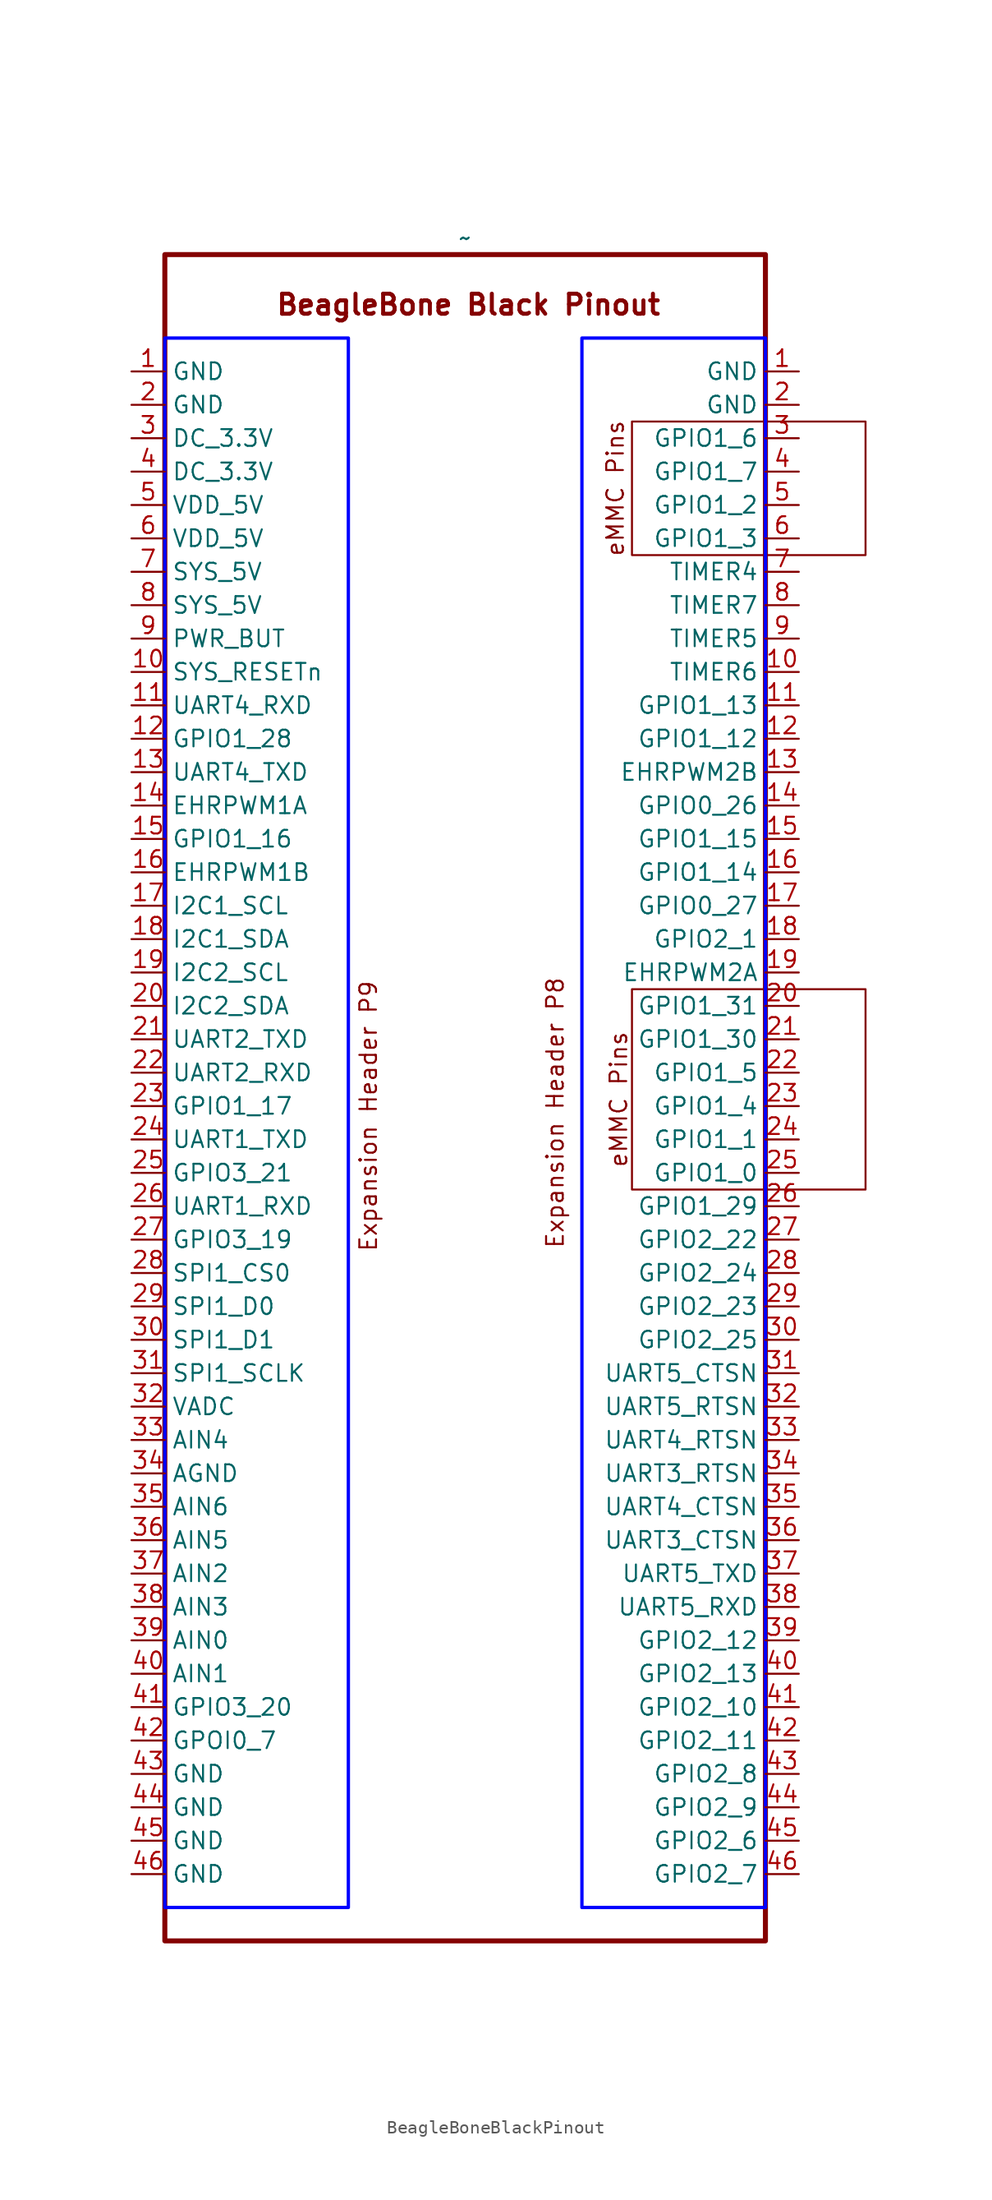
<source format=kicad_sym>
(kicad_symbol_lib
  (version 20231120)
  (generator "kicad_symbol_editor")
  (generator_version "8.0")
  (symbol "BeagleBoneBlackPinout"
    (property "Reference" "U1"
      (at 43.18 157.48 0)
      (effects (font (size 1.27 1.27)) (hide yes)))
    (property "Value" "~"
      (at 43.18 154.94 0)
      (effects (font (size 1.27 1.27))))
    (symbol "BeagleBoneBlackPinout_0_1"
      (rectangle (start 55.88 97.79) (end 73.66 82.55) (stroke (width 0) (type default)) (fill (type none)))
      (rectangle (start 55.88 140.97) (end 73.66 130.81) (stroke (width 0) (type default)) (fill (type none))))
    (symbol "BeagleBoneBlackPinout_1_0"
      (pin input line (at 68.58 144.78 180) (length 2.54) (name "GND" (effects (font (size 1.27 1.27)))) (number "1" (effects (font (size 1.27 1.27)))))
      (pin input line (at 17.78 121.92 0) (length 2.54) (name "SYS_RESETn" (effects (font (size 1.27 1.27)))) (number "10" (effects (font (size 1.27 1.27)))))
      (pin input line (at 68.58 121.92 180) (length 2.54) (name "TIMER6" (effects (font (size 1.27 1.27)))) (number "10" (effects (font (size 1.27 1.27)))))
      (pin input line (at 68.58 119.38 180) (length 2.54) (name "GPIO1_13" (effects (font (size 1.27 1.27)))) (number "11" (effects (font (size 1.27 1.27)))))
      (pin input line (at 17.78 119.38 0) (length 2.54) (name "UART4_RXD" (effects (font (size 1.27 1.27)))) (number "11" (effects (font (size 1.27 1.27)))))
      (pin input line (at 68.58 116.84 180) (length 2.54) (name "GPIO1_12" (effects (font (size 1.27 1.27)))) (number "12" (effects (font (size 1.27 1.27)))))
      (pin input line (at 17.78 116.84 0) (length 2.54) (name "GPIO1_28" (effects (font (size 1.27 1.27)))) (number "12" (effects (font (size 1.27 1.27)))))
      (pin input line (at 68.58 114.3 180) (length 2.54) (name "EHRPWM2B" (effects (font (size 1.27 1.27)))) (number "13" (effects (font (size 1.27 1.27)))))
      (pin input line (at 17.78 114.3 0) (length 2.54) (name "UART4_TXD" (effects (font (size 1.27 1.27)))) (number "13" (effects (font (size 1.27 1.27)))))
      (pin input line (at 17.78 111.76 0) (length 2.54) (name "EHRPWM1A" (effects (font (size 1.27 1.27)))) (number "14" (effects (font (size 1.27 1.27)))))
      (pin input line (at 68.58 111.76 180) (length 2.54) (name "GPIO0_26" (effects (font (size 1.27 1.27)))) (number "14" (effects (font (size 1.27 1.27)))))
      (pin input line (at 68.58 109.22 180) (length 2.54) (name "GPIO1_15" (effects (font (size 1.27 1.27)))) (number "15" (effects (font (size 1.27 1.27)))))
      (pin input line (at 17.78 109.22 0) (length 2.54) (name "GPIO1_16" (effects (font (size 1.27 1.27)))) (number "15" (effects (font (size 1.27 1.27)))))
      (pin input line (at 17.78 106.68 0) (length 2.54) (name "EHRPWM1B" (effects (font (size 1.27 1.27)))) (number "16" (effects (font (size 1.27 1.27)))))
      (pin input line (at 68.58 106.68 180) (length 2.54) (name "GPIO1_14" (effects (font (size 1.27 1.27)))) (number "16" (effects (font (size 1.27 1.27)))))
      (pin input line (at 68.58 104.14 180) (length 2.54) (name "GPIO0_27" (effects (font (size 1.27 1.27)))) (number "17" (effects (font (size 1.27 1.27)))))
      (pin input line (at 17.78 104.14 0) (length 2.54) (name "I2C1_SCL" (effects (font (size 1.27 1.27)))) (number "17" (effects (font (size 1.27 1.27)))))
      (pin input line (at 68.58 101.6 180) (length 2.54) (name "GPIO2_1" (effects (font (size 1.27 1.27)))) (number "18" (effects (font (size 1.27 1.27)))))
      (pin input line (at 17.78 101.6 0) (length 2.54) (name "I2C1_SDA" (effects (font (size 1.27 1.27)))) (number "18" (effects (font (size 1.27 1.27)))))
      (pin input line (at 68.58 99.06 180) (length 2.54) (name "EHRPWM2A" (effects (font (size 1.27 1.27)))) (number "19" (effects (font (size 1.27 1.27)))))
      (pin input line (at 17.78 99.06 0) (length 2.54) (name "I2C2_SCL" (effects (font (size 1.27 1.27)))) (number "19" (effects (font (size 1.27 1.27)))))
      (pin input line (at 17.78 142.24 0) (length 2.54) (name "GND" (effects (font (size 1.27 1.27)))) (number "2" (effects (font (size 1.27 1.27)))))
      (pin input line (at 68.58 142.24 180) (length 2.54) (name "GND" (effects (font (size 1.27 1.27)))) (number "2" (effects (font (size 1.27 1.27)))))
      (pin input line (at 68.58 96.52 180) (length 2.54) (name "GPIO1_31" (effects (font (size 1.27 1.27)))) (number "20" (effects (font (size 1.27 1.27)))))
      (pin input line (at 17.78 96.52 0) (length 2.54) (name "I2C2_SDA" (effects (font (size 1.27 1.27)))) (number "20" (effects (font (size 1.27 1.27)))))
      (pin input line (at 68.58 93.98 180) (length 2.54) (name "GPIO1_30" (effects (font (size 1.27 1.27)))) (number "21" (effects (font (size 1.27 1.27)))))
      (pin input line (at 17.78 93.98 0) (length 2.54) (name "UART2_TXD" (effects (font (size 1.27 1.27)))) (number "21" (effects (font (size 1.27 1.27)))))
      (pin input line (at 68.58 91.44 180) (length 2.54) (name "GPIO1_5" (effects (font (size 1.27 1.27)))) (number "22" (effects (font (size 1.27 1.27)))))
      (pin input line (at 17.78 91.44 0) (length 2.54) (name "UART2_RXD" (effects (font (size 1.27 1.27)))) (number "22" (effects (font (size 1.27 1.27)))))
      (pin input line (at 17.78 88.9 0) (length 2.54) (name "GPIO1_17" (effects (font (size 1.27 1.27)))) (number "23" (effects (font (size 1.27 1.27)))))
      (pin input line (at 68.58 88.9 180) (length 2.54) (name "GPIO1_4" (effects (font (size 1.27 1.27)))) (number "23" (effects (font (size 1.27 1.27)))))
      (pin input line (at 68.58 86.36 180) (length 2.54) (name "GPIO1_1" (effects (font (size 1.27 1.27)))) (number "24" (effects (font (size 1.27 1.27)))))
      (pin input line (at 17.78 86.36 0) (length 2.54) (name "UART1_TXD" (effects (font (size 1.27 1.27)))) (number "24" (effects (font (size 1.27 1.27)))))
      (pin input line (at 68.58 83.82 180) (length 2.54) (name "GPIO1_0" (effects (font (size 1.27 1.27)))) (number "25" (effects (font (size 1.27 1.27)))))
      (pin input line (at 17.78 83.82 0) (length 2.54) (name "GPIO3_21" (effects (font (size 1.27 1.27)))) (number "25" (effects (font (size 1.27 1.27)))))
      (pin input line (at 68.58 81.28 180) (length 2.54) (name "GPIO1_29" (effects (font (size 1.27 1.27)))) (number "26" (effects (font (size 1.27 1.27)))))
      (pin input line (at 17.78 81.28 0) (length 2.54) (name "UART1_RXD" (effects (font (size 1.27 1.27)))) (number "26" (effects (font (size 1.27 1.27)))))
      (pin input line (at 68.58 78.74 180) (length 2.54) (name "GPIO2_22" (effects (font (size 1.27 1.27)))) (number "27" (effects (font (size 1.27 1.27)))))
      (pin input line (at 17.78 78.74 0) (length 2.54) (name "GPIO3_19" (effects (font (size 1.27 1.27)))) (number "27" (effects (font (size 1.27 1.27)))))
      (pin input line (at 68.58 76.2 180) (length 2.54) (name "GPIO2_24" (effects (font (size 1.27 1.27)))) (number "28" (effects (font (size 1.27 1.27)))))
      (pin input line (at 17.78 76.2 0) (length 2.54) (name "SPI1_CS0" (effects (font (size 1.27 1.27)))) (number "28" (effects (font (size 1.27 1.27)))))
      (pin input line (at 68.58 73.66 180) (length 2.54) (name "GPIO2_23" (effects (font (size 1.27 1.27)))) (number "29" (effects (font (size 1.27 1.27)))))
      (pin input line (at 17.78 73.66 0) (length 2.54) (name "SPI1_D0" (effects (font (size 1.27 1.27)))) (number "29" (effects (font (size 1.27 1.27)))))
      (pin input line (at 17.78 139.7 0) (length 2.54) (name "DC_3.3V" (effects (font (size 1.27 1.27)))) (number "3" (effects (font (size 1.27 1.27)))))
      (pin input line (at 68.58 139.7 180) (length 2.54) (name "GPIO1_6" (effects (font (size 1.27 1.27)))) (number "3" (effects (font (size 1.27 1.27)))))
      (pin input line (at 68.58 71.12 180) (length 2.54) (name "GPIO2_25" (effects (font (size 1.27 1.27)))) (number "30" (effects (font (size 1.27 1.27)))))
      (pin input line (at 17.78 71.12 0) (length 2.54) (name "SPI1_D1" (effects (font (size 1.27 1.27)))) (number "30" (effects (font (size 1.27 1.27)))))
      (pin input line (at 17.78 68.58 0) (length 2.54) (name "SPI1_SCLK" (effects (font (size 1.27 1.27)))) (number "31" (effects (font (size 1.27 1.27)))))
      (pin input line (at 68.58 68.58 180) (length 2.54) (name "UART5_CTSN" (effects (font (size 1.27 1.27)))) (number "31" (effects (font (size 1.27 1.27)))))
      (pin input line (at 68.58 66.04 180) (length 2.54) (name "UART5_RTSN" (effects (font (size 1.27 1.27)))) (number "32" (effects (font (size 1.27 1.27)))))
      (pin input line (at 17.78 66.04 0) (length 2.54) (name "VADC" (effects (font (size 1.27 1.27)))) (number "32" (effects (font (size 1.27 1.27)))))
      (pin input line (at 17.78 63.5 0) (length 2.54) (name "AIN4" (effects (font (size 1.27 1.27)))) (number "33" (effects (font (size 1.27 1.27)))))
      (pin input line (at 68.58 63.5 180) (length 2.54) (name "UART4_RTSN" (effects (font (size 1.27 1.27)))) (number "33" (effects (font (size 1.27 1.27)))))
      (pin input line (at 17.78 60.96 0) (length 2.54) (name "AGND" (effects (font (size 1.27 1.27)))) (number "34" (effects (font (size 1.27 1.27)))))
      (pin input line (at 68.58 60.96 180) (length 2.54) (name "UART3_RTSN" (effects (font (size 1.27 1.27)))) (number "34" (effects (font (size 1.27 1.27)))))
      (pin input line (at 17.78 58.42 0) (length 2.54) (name "AIN6" (effects (font (size 1.27 1.27)))) (number "35" (effects (font (size 1.27 1.27)))))
      (pin input line (at 68.58 58.42 180) (length 2.54) (name "UART4_CTSN" (effects (font (size 1.27 1.27)))) (number "35" (effects (font (size 1.27 1.27)))))
      (pin input line (at 17.78 55.88 0) (length 2.54) (name "AIN5" (effects (font (size 1.27 1.27)))) (number "36" (effects (font (size 1.27 1.27)))))
      (pin input line (at 68.58 55.88 180) (length 2.54) (name "UART3_CTSN" (effects (font (size 1.27 1.27)))) (number "36" (effects (font (size 1.27 1.27)))))
      (pin input line (at 17.78 53.34 0) (length 2.54) (name "AIN2" (effects (font (size 1.27 1.27)))) (number "37" (effects (font (size 1.27 1.27)))))
      (pin input line (at 68.58 53.34 180) (length 2.54) (name "UART5_TXD" (effects (font (size 1.27 1.27)))) (number "37" (effects (font (size 1.27 1.27)))))
      (pin input line (at 17.78 50.8 0) (length 2.54) (name "AIN3" (effects (font (size 1.27 1.27)))) (number "38" (effects (font (size 1.27 1.27)))))
      (pin input line (at 68.58 50.8 180) (length 2.54) (name "UART5_RXD" (effects (font (size 1.27 1.27)))) (number "38" (effects (font (size 1.27 1.27)))))
      (pin input line (at 17.78 48.26 0) (length 2.54) (name "AIN0" (effects (font (size 1.27 1.27)))) (number "39" (effects (font (size 1.27 1.27)))))
      (pin input line (at 68.58 48.26 180) (length 2.54) (name "GPIO2_12" (effects (font (size 1.27 1.27)))) (number "39" (effects (font (size 1.27 1.27)))))
      (pin input line (at 17.78 137.16 0) (length 2.54) (name "DC_3.3V" (effects (font (size 1.27 1.27)))) (number "4" (effects (font (size 1.27 1.27)))))
      (pin input line (at 68.58 137.16 180) (length 2.54) (name "GPIO1_7" (effects (font (size 1.27 1.27)))) (number "4" (effects (font (size 1.27 1.27)))))
      (pin input line (at 17.78 45.72 0) (length 2.54) (name "AIN1" (effects (font (size 1.27 1.27)))) (number "40" (effects (font (size 1.27 1.27)))))
      (pin input line (at 68.58 45.72 180) (length 2.54) (name "GPIO2_13" (effects (font (size 1.27 1.27)))) (number "40" (effects (font (size 1.27 1.27)))))
      (pin input line (at 68.58 43.18 180) (length 2.54) (name "GPIO2_10" (effects (font (size 1.27 1.27)))) (number "41" (effects (font (size 1.27 1.27)))))
      (pin input line (at 17.78 43.18 0) (length 2.54) (name "GPIO3_20" (effects (font (size 1.27 1.27)))) (number "41" (effects (font (size 1.27 1.27)))))
      (pin input line (at 68.58 40.64 180) (length 2.54) (name "GPIO2_11" (effects (font (size 1.27 1.27)))) (number "42" (effects (font (size 1.27 1.27)))))
      (pin input line (at 17.78 40.64 0) (length 2.54) (name "GPOI0_7" (effects (font (size 1.27 1.27)))) (number "42" (effects (font (size 1.27 1.27)))))
      (pin input line (at 17.78 38.1 0) (length 2.54) (name "GND" (effects (font (size 1.27 1.27)))) (number "43" (effects (font (size 1.27 1.27)))))
      (pin input line (at 68.58 38.1 180) (length 2.54) (name "GPIO2_8" (effects (font (size 1.27 1.27)))) (number "43" (effects (font (size 1.27 1.27)))))
      (pin input line (at 17.78 35.56 0) (length 2.54) (name "GND" (effects (font (size 1.27 1.27)))) (number "44" (effects (font (size 1.27 1.27)))))
      (pin input line (at 68.58 35.56 180) (length 2.54) (name "GPIO2_9" (effects (font (size 1.27 1.27)))) (number "44" (effects (font (size 1.27 1.27)))))
      (pin input line (at 17.78 33.02 0) (length 2.54) (name "GND" (effects (font (size 1.27 1.27)))) (number "45" (effects (font (size 1.27 1.27)))))
      (pin input line (at 68.58 33.02 180) (length 2.54) (name "GPIO2_6" (effects (font (size 1.27 1.27)))) (number "45" (effects (font (size 1.27 1.27)))))
      (pin input line (at 17.78 30.48 0) (length 2.54) (name "GND" (effects (font (size 1.27 1.27)))) (number "46" (effects (font (size 1.27 1.27)))))
      (pin input line (at 68.58 30.48 180) (length 2.54) (name "GPIO2_7" (effects (font (size 1.27 1.27)))) (number "46" (effects (font (size 1.27 1.27)))))
      (pin input line (at 68.58 134.62 180) (length 2.54) (name "GPIO1_2" (effects (font (size 1.27 1.27)))) (number "5" (effects (font (size 1.27 1.27)))))
      (pin input line (at 17.78 134.62 0) (length 2.54) (name "VDD_5V" (effects (font (size 1.27 1.27)))) (number "5" (effects (font (size 1.27 1.27)))))
      (pin input line (at 68.58 132.08 180) (length 2.54) (name "GPIO1_3" (effects (font (size 1.27 1.27)))) (number "6" (effects (font (size 1.27 1.27)))))
      (pin input line (at 17.78 132.08 0) (length 2.54) (name "VDD_5V" (effects (font (size 1.27 1.27)))) (number "6" (effects (font (size 1.27 1.27)))))
      (pin input line (at 17.78 129.54 0) (length 2.54) (name "SYS_5V" (effects (font (size 1.27 1.27)))) (number "7" (effects (font (size 1.27 1.27)))))
      (pin input line (at 68.58 129.54 180) (length 2.54) (name "TIMER4" (effects (font (size 1.27 1.27)))) (number "7" (effects (font (size 1.27 1.27)))))
      (pin input line (at 17.78 127 0) (length 2.54) (name "SYS_5V" (effects (font (size 1.27 1.27)))) (number "8" (effects (font (size 1.27 1.27)))))
      (pin input line (at 68.58 127 180) (length 2.54) (name "TIMER7" (effects (font (size 1.27 1.27)))) (number "8" (effects (font (size 1.27 1.27)))))
      (pin input line (at 17.78 124.46 0) (length 2.54) (name "PWR_BUT" (effects (font (size 1.27 1.27)))) (number "9" (effects (font (size 1.27 1.27)))))
      (pin input line (at 68.58 124.46 180) (length 2.54) (name "TIMER5" (effects (font (size 1.27 1.27)))) (number "9" (effects (font (size 1.27 1.27))))))
    (symbol "BeagleBoneBlackPinout_1_1"
      (rectangle (start 20.32 147.32) (end 34.29 27.94) (stroke (width 0.254) (type default) (color 0 0 255 1)) (fill (type none)))
      (rectangle (start 20.32 153.67) (end 66.04 25.4) (stroke (width 0.381) (type default)) (fill (type none)))
      (rectangle (start 52.07 147.32) (end 66.04 27.94) (stroke (width 0.254) (type default) (color 0 0 255 1)) (fill (type none)))
      (text "BeagleBone Black Pinout\n" (at 43.434 149.86 0) (effects (font (size 1.524 1.524) (bold yes))))
      (text "eMMC Pins\n" (at 54.61 135.89 900) (effects (font (size 1.27 1.27))))
      (text "eMMC Pins\n" (at 54.864 89.408 900) (effects (font (size 1.27 1.27))))
      (text "Expansion Header P8\n\n" (at 51.054 88.392 900) (effects (font (size 1.27 1.27))))
      (text "Expansion Header P9\n" (at 35.814 88.138 900) (effects (font (size 1.27 1.27))))
      (pin input line (at 17.78 144.78 0) (length 2.54) (name "GND" (effects (font (size 1.27 1.27)))) (number "1" (effects (font (size 1.27 1.27))))))))
</source>
